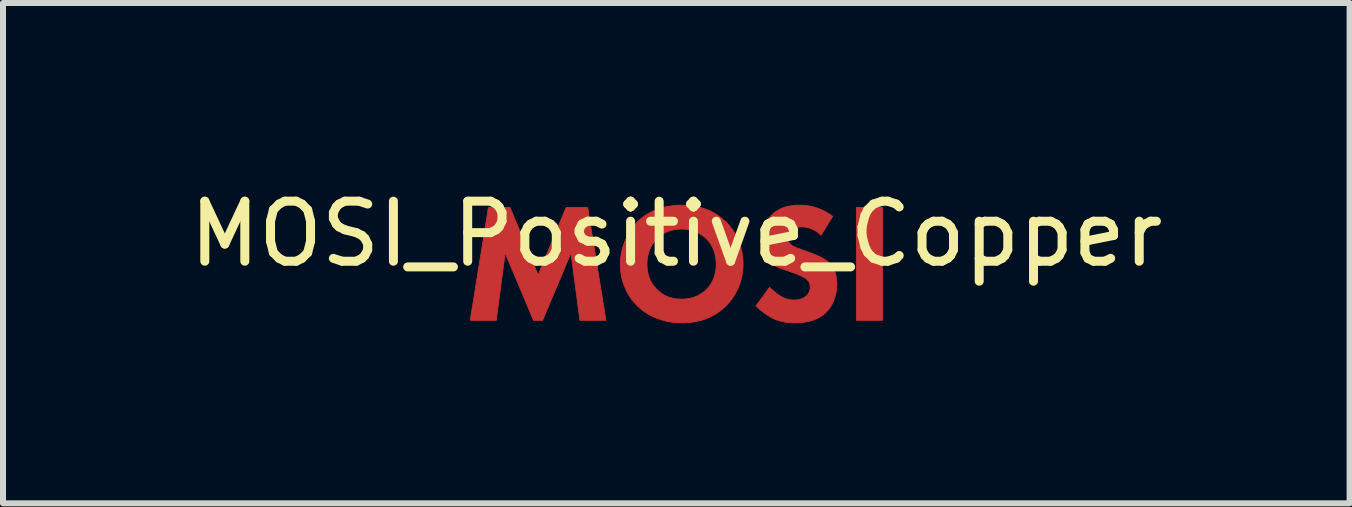
<source format=kicad_pcb>
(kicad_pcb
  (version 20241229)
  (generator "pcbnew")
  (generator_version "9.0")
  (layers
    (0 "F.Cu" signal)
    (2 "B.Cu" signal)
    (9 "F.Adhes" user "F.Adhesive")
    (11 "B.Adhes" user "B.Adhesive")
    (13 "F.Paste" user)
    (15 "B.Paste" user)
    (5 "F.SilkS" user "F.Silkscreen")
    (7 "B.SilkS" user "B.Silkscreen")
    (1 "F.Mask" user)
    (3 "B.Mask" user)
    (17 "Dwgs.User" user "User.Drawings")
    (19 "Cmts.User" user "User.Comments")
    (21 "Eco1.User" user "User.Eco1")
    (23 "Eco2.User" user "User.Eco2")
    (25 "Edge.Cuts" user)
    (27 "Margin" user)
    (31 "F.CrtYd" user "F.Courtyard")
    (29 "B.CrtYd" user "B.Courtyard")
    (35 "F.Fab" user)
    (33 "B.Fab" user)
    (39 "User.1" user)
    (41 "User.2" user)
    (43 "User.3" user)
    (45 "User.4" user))
  (footprint "MOSI_Positive_Copper"
    (layer "F.Cu")
    (at 8.22 1.348)
    (property "Reference" "MOSI_Positive_Copper" (at 0 -0.5 0) (unlocked yes) (layer "F.SilkS") (effects (font (size 1 1) (thickness 0.15))))
    (fp_poly (pts (xy 3.434 0.94) (xy 3 0.94) (xy 3 -0.941) (xy 3.434 -0.941)) (stroke (width 0.013) (type solid)) (fill yes) (layer "F.Cu"))
    (fp_poly (pts (xy -2.302 0.185) (xy -1.836 -0.941) (xy -1.477 -0.941) (xy -1.173 0.94) (xy -1.607 0.94) (xy -1.755 -0.182) (xy -2.228 0.94) (xy -2.38 0.94) (xy -2.852 -0.182) (xy -3.001 0.94) (xy -3.434 0.94) (xy -3.131 -0.941) (xy -2.771 -0.941)) (stroke (width 0.013) (type solid)) (fill yes) (layer "F.Cu"))
    (fp_poly (pts (xy 0.148 -0.978) (xy 0.201 -0.975) (xy 0.253 -0.97) (xy 0.304 -0.962) (xy 0.354 -0.953) (xy 0.403 -0.941) (xy 0.45 -0.927) (xy 0.496 -0.911) (xy 0.541 -0.892) (xy 0.585 -0.872) (xy 0.628 -0.849) (xy 0.669 -0.825) (xy 0.709 -0.798) (xy 0.747 -0.769) (xy 0.784 -0.738) (xy 0.82 -0.704) (xy 0.82 -0.708) (xy 0.852 -0.675) (xy 0.883 -0.64) (xy 0.913 -0.603) (xy 0.94 -0.565) (xy 0.966 -0.525) (xy 0.99 -0.484) (xy 1.012 -0.441) (xy 1.033 -0.397) (xy 1.051 -0.351) (xy 1.067 -0.305) (xy 1.08 -0.257) (xy 1.092 -0.207) (xy 1.101 -0.157) (xy 1.107 -0.105) (xy 1.111 -0.052) (xy 1.113 0.001) (xy 1.112 0.048) (xy 1.108 0.095) (xy 1.103 0.142) (xy 1.095 0.189) (xy 1.085 0.236) (xy 1.073 0.282) (xy 1.059 0.328) (xy 1.042 0.374) (xy 1.023 0.419) (xy 1.001 0.463) (xy 0.977 0.506) (xy 0.951 0.548) (xy 0.922 0.59) (xy 0.89 0.63) (xy 0.856 0.669) (xy 0.82 0.707) (xy 0.786 0.738) (xy 0.751 0.767) (xy 0.714 0.795) (xy 0.676 0.821) (xy 0.637 0.846) (xy 0.595 0.868) (xy 0.553 0.889) (xy 0.508 0.908) (xy 0.462 0.925) (xy 0.415 0.94) (xy 0.365 0.952) (xy 0.314 0.963) (xy 0.262 0.971) (xy 0.207 0.977) (xy 0.151 0.981) (xy 0.093 0.982) (xy 0.028 0.98) (xy -0.034 0.976) (xy -0.093 0.968) (xy -0.15 0.958) (xy -0.205 0.945) (xy -0.257 0.93) (xy -0.306 0.913) (xy -0.353 0.895) (xy -0.397 0.874) (xy -0.439 0.853) (xy -0.479 0.83) (xy -0.516 0.806) (xy -0.551 0.782) (xy -0.583 0.757) (xy -0.613 0.732) (xy -0.641 0.707) (xy -0.673 0.674) (xy -0.705 0.639) (xy -0.734 0.603) (xy -0.762 0.565) (xy -0.788 0.525) (xy -0.812 0.484) (xy -0.834 0.441) (xy -0.854 0.397) (xy -0.872 0.352) (xy -0.888 0.306) (xy -0.902 0.258) (xy -0.913 0.21) (xy -0.922 0.16) (xy -0.928 0.11) (xy -0.932 0.06) (xy -0.933 0.008) (xy -0.489 0.008) (xy -0.488 0.04) (xy -0.486 0.071) (xy -0.483 0.102) (xy -0.478 0.132) (xy -0.472 0.16) (xy -0.465 0.188) (xy -0.456 0.216) (xy -0.446 0.242) (xy -0.435 0.268) (xy -0.422 0.294) (xy -0.408 0.318) (xy -0.392 0.342) (xy -0.375 0.365) (xy -0.357 0.388) (xy -0.337 0.41) (xy -0.316 0.432) (xy -0.293 0.453) (xy -0.27 0.472) (xy -0.247 0.489) (xy -0.223 0.505) (xy -0.199 0.519) (xy -0.174 0.532) (xy -0.149 0.543) (xy -0.124 0.553) (xy -0.099 0.561) (xy -0.073 0.568) (xy -0.047 0.574) (xy -0.021 0.579) (xy 0.006 0.583) (xy 0.032 0.585) (xy 0.059 0.586) (xy 0.086 0.587) (xy 0.121 0.586) (xy 0.155 0.584) (xy 0.188 0.58) (xy 0.219 0.574) (xy 0.249 0.568) (xy 0.278 0.56) (xy 0.306 0.55) (xy 0.333 0.54) (xy 0.358 0.529) (xy 0.382 0.516) (xy 0.405 0.503) (xy 0.427 0.489) (xy 0.448 0.474) (xy 0.467 0.458) (xy 0.485 0.442) (xy 0.502 0.425) (xy 0.517 0.411) (xy 0.531 0.395) (xy 0.545 0.378) (xy 0.559 0.359) (xy 0.573 0.339) (xy 0.586 0.317) (xy 0.599 0.294) (xy 0.611 0.269) (xy 0.623 0.242) (xy 0.633 0.214) (xy 0.638 0.199) (xy 0.642 0.183) (xy 0.646 0.167) (xy 0.65 0.151) (xy 0.653 0.135) (xy 0.656 0.117) (xy 0.659 0.1) (xy 0.661 0.082) (xy 0.663 0.063) (xy 0.664 0.044) (xy 0.665 0.025) (xy 0.665 0.005) (xy 0.664 -0.031) (xy 0.661 -0.066) (xy 0.657 -0.099) (xy 0.651 -0.131) (xy 0.644 -0.162) (xy 0.636 -0.192) (xy 0.626 -0.221) (xy 0.615 -0.248) (xy 0.604 -0.274) (xy 0.591 -0.299) (xy 0.578 -0.322) (xy 0.564 -0.344) (xy 0.549 -0.365) (xy 0.534 -0.384) (xy 0.518 -0.402) (xy 0.502 -0.419) (xy 0.485 -0.435) (xy 0.465 -0.452) (xy 0.445 -0.468) (xy 0.423 -0.483) (xy 0.4 -0.497) (xy 0.376 -0.51) (xy 0.351 -0.523) (xy 0.325 -0.534) (xy 0.298 -0.544) (xy 0.27 -0.554) (xy 0.241 -0.562) (xy 0.211 -0.568) (xy 0.181 -0.574) (xy 0.15 -0.578) (xy 0.118 -0.58) (xy 0.086 -0.581) (xy 0.054 -0.58) (xy 0.023 -0.578) (xy -0.007 -0.575) (xy -0.037 -0.57) (xy -0.066 -0.564) (xy -0.093 -0.556) (xy -0.12 -0.548) (xy -0.147 -0.538) (xy -0.172 -0.527) (xy -0.197 -0.515) (xy -0.22 -0.502) (xy -0.243 -0.487) (xy -0.265 -0.472) (xy -0.287 -0.455) (xy -0.307 -0.437) (xy -0.327 -0.419) (xy -0.323 -0.419) (xy -0.338 -0.403) (xy -0.353 -0.386) (xy -0.368 -0.368) (xy -0.383 -0.348) (xy -0.397 -0.327) (xy -0.411 -0.304) (xy -0.424 -0.28) (xy -0.436 -0.254) (xy -0.448 -0.227) (xy -0.458 -0.198) (xy -0.467 -0.167) (xy -0.474 -0.135) (xy -0.478 -0.119) (xy -0.48 -0.102) (xy -0.483 -0.084) (xy -0.485 -0.067) (xy -0.487 -0.048) (xy -0.488 -0.03) (xy -0.489 -0.011) (xy -0.489 0.008) (xy -0.933 0.008) (xy -0.932 -0.043) (xy -0.928 -0.094) (xy -0.921 -0.145) (xy -0.912 -0.195) (xy -0.9 -0.245) (xy -0.886 -0.293) (xy -0.87 -0.341) (xy -0.852 -0.388) (xy -0.832 -0.433) (xy -0.81 -0.477) (xy -0.786 -0.519) (xy -0.761 -0.56) (xy -0.734 -0.599) (xy -0.705 -0.636) (xy -0.675 -0.671) (xy -0.644 -0.704) (xy -0.619 -0.728) (xy -0.591 -0.753) (xy -0.561 -0.777) (xy -0.528 -0.801) (xy -0.493 -0.824) (xy -0.454 -0.847) (xy -0.413 -0.869) (xy -0.369 -0.89) (xy -0.322 -0.909) (xy -0.272 -0.926) (xy -0.246 -0.934) (xy -0.219 -0.941) (xy -0.192 -0.948) (xy -0.163 -0.954) (xy -0.134 -0.96) (xy -0.104 -0.965) (xy -0.073 -0.969) (xy -0.042 -0.973) (xy -0.009 -0.976) (xy 0.024 -0.978) (xy 0.058 -0.979) (xy 0.093 -0.979)) (stroke (width 0.013) (type solid)) (fill yes) (layer "F.Cu"))
    (fp_poly (pts (xy 2.1 -0.978) (xy 2.129 -0.976) (xy 2.159 -0.974) (xy 2.191 -0.97) (xy 2.224 -0.964) (xy 2.258 -0.957) (xy 2.293 -0.948) (xy 2.33 -0.937) (xy 2.367 -0.925) (xy 2.405 -0.909) (xy 2.444 -0.892) (xy 2.484 -0.871) (xy 2.524 -0.848) (xy 2.564 -0.822) (xy 2.605 -0.792) (xy 2.411 -0.475) (xy 2.411 -0.482) (xy 2.385 -0.504) (xy 2.359 -0.524) (xy 2.334 -0.542) (xy 2.31 -0.557) (xy 2.286 -0.569) (xy 2.263 -0.58) (xy 2.242 -0.589) (xy 2.221 -0.597) (xy 2.201 -0.603) (xy 2.182 -0.607) (xy 2.164 -0.611) (xy 2.147 -0.613) (xy 2.132 -0.615) (xy 2.118 -0.616) (xy 2.094 -0.616) (xy 2.07 -0.616) (xy 2.059 -0.615) (xy 2.047 -0.614) (xy 2.034 -0.613) (xy 2.022 -0.611) (xy 2.01 -0.609) (xy 1.998 -0.606) (xy 1.986 -0.602) (xy 1.974 -0.598) (xy 1.962 -0.592) (xy 1.951 -0.586) (xy 1.94 -0.579) (xy 1.93 -0.572) (xy 1.925 -0.567) (xy 1.92 -0.563) (xy 1.915 -0.558) (xy 1.91 -0.553) (xy 1.905 -0.547) (xy 1.9 -0.541) (xy 1.895 -0.535) (xy 1.89 -0.529) (xy 1.886 -0.522) (xy 1.882 -0.515) (xy 1.878 -0.508) (xy 1.875 -0.501) (xy 1.872 -0.493) (xy 1.869 -0.485) (xy 1.866 -0.477) (xy 1.864 -0.468) (xy 1.863 -0.46) (xy 1.862 -0.451) (xy 1.861 -0.442) (xy 1.861 -0.433) (xy 1.861 -0.424) (xy 1.861 -0.416) (xy 1.862 -0.408) (xy 1.863 -0.401) (xy 1.865 -0.393) (xy 1.867 -0.386) (xy 1.869 -0.38) (xy 1.871 -0.373) (xy 1.874 -0.367) (xy 1.877 -0.361) (xy 1.881 -0.355) (xy 1.885 -0.349) (xy 1.889 -0.343) (xy 1.893 -0.338) (xy 1.898 -0.332) (xy 1.903 -0.327) (xy 1.912 -0.319) (xy 1.921 -0.312) (xy 1.931 -0.305) (xy 1.941 -0.299) (xy 1.953 -0.293) (xy 1.964 -0.287) (xy 1.977 -0.281) (xy 1.991 -0.275) (xy 2.005 -0.269) (xy 2.021 -0.263) (xy 2.055 -0.251) (xy 2.139 -0.221) (xy 2.28 -0.168) (xy 2.312 -0.156) (xy 2.345 -0.142) (xy 2.378 -0.127) (xy 2.395 -0.119) (xy 2.412 -0.11) (xy 2.429 -0.101) (xy 2.445 -0.092) (xy 2.462 -0.082) (xy 2.478 -0.071) (xy 2.494 -0.06) (xy 2.509 -0.049) (xy 2.524 -0.036) (xy 2.538 -0.023) (xy 2.558 -0.003) (xy 2.575 0.017) (xy 2.591 0.039) (xy 2.606 0.06) (xy 2.618 0.082) (xy 2.63 0.105) (xy 2.639 0.127) (xy 2.648 0.15) (xy 2.655 0.173) (xy 2.661 0.195) (xy 2.666 0.218) (xy 2.669 0.24) (xy 2.672 0.262) (xy 2.674 0.284) (xy 2.675 0.305) (xy 2.676 0.326) (xy 2.675 0.362) (xy 2.673 0.397) (xy 2.669 0.432) (xy 2.664 0.466) (xy 2.657 0.499) (xy 2.649 0.531) (xy 2.64 0.563) (xy 2.63 0.593) (xy 2.618 0.622) (xy 2.606 0.65) (xy 2.592 0.677) (xy 2.577 0.703) (xy 2.562 0.727) (xy 2.545 0.75) (xy 2.528 0.772) (xy 2.51 0.791) (xy 2.494 0.808) (xy 2.478 0.823) (xy 2.461 0.837) (xy 2.444 0.85) (xy 2.427 0.863) (xy 2.41 0.875) (xy 2.374 0.896) (xy 2.338 0.914) (xy 2.301 0.929) (xy 2.264 0.942) (xy 2.228 0.953) (xy 2.191 0.961) (xy 2.156 0.968) (xy 2.122 0.973) (xy 2.089 0.977) (xy 2.058 0.98) (xy 2.029 0.981) (xy 1.977 0.982) (xy 1.952 0.982) (xy 1.927 0.981) (xy 1.903 0.98) (xy 1.879 0.978) (xy 1.855 0.975) (xy 1.832 0.972) (xy 1.808 0.969) (xy 1.785 0.964) (xy 1.762 0.959) (xy 1.739 0.954) (xy 1.716 0.947) (xy 1.693 0.94) (xy 1.671 0.932) (xy 1.648 0.924) (xy 1.626 0.915) (xy 1.603 0.904) (xy 1.585 0.895) (xy 1.567 0.884) (xy 1.548 0.873) (xy 1.53 0.861) (xy 1.511 0.849) (xy 1.493 0.837) (xy 1.456 0.81) (xy 1.421 0.782) (xy 1.387 0.755) (xy 1.356 0.727) (xy 1.328 0.7) (xy 1.554 0.389) (xy 1.573 0.408) (xy 1.595 0.428) (xy 1.617 0.448) (xy 1.641 0.468) (xy 1.664 0.487) (xy 1.687 0.505) (xy 1.698 0.513) (xy 1.709 0.521) (xy 1.72 0.528) (xy 1.73 0.534) (xy 1.744 0.542) (xy 1.758 0.55) (xy 1.772 0.557) (xy 1.786 0.564) (xy 1.8 0.57) (xy 1.814 0.575) (xy 1.829 0.58) (xy 1.843 0.585) (xy 1.858 0.589) (xy 1.873 0.592) (xy 1.888 0.595) (xy 1.903 0.597) (xy 1.918 0.599) (xy 1.934 0.6) (xy 1.95 0.601) (xy 1.967 0.601) (xy 1.977 0.601) (xy 1.989 0.6) (xy 2 0.6) (xy 2.012 0.598) (xy 2.025 0.597) (xy 2.037 0.595) (xy 2.05 0.592) (xy 2.063 0.589) (xy 2.076 0.585) (xy 2.089 0.581) (xy 2.101 0.576) (xy 2.114 0.57) (xy 2.127 0.563) (xy 2.14 0.555) (xy 2.152 0.547) (xy 2.164 0.537) (xy 2.171 0.531) (xy 2.177 0.525) (xy 2.183 0.518) (xy 2.189 0.51) (xy 2.195 0.502) (xy 2.201 0.494) (xy 2.206 0.485) (xy 2.211 0.476) (xy 2.215 0.467) (xy 2.219 0.456) (xy 2.223 0.446) (xy 2.224 0.44) (xy 2.226 0.435) (xy 2.227 0.429) (xy 2.228 0.423) (xy 2.229 0.417) (xy 2.23 0.411) (xy 2.23 0.405) (xy 2.231 0.399) (xy 2.231 0.392) (xy 2.231 0.386) (xy 2.231 0.374) (xy 2.23 0.363) (xy 2.229 0.353) (xy 2.227 0.343) (xy 2.224 0.333) (xy 2.221 0.324) (xy 2.218 0.315) (xy 2.214 0.307) (xy 2.21 0.299) (xy 2.205 0.291) (xy 2.2 0.284) (xy 2.194 0.277) (xy 2.188 0.27) (xy 2.181 0.264) (xy 2.175 0.258) (xy 2.168 0.252) (xy 2.158 0.244) (xy 2.146 0.236) (xy 2.134 0.228) (xy 2.12 0.22) (xy 2.106 0.213) (xy 2.091 0.205) (xy 2.06 0.191) (xy 2.028 0.178) (xy 1.998 0.165) (xy 1.949 0.146) (xy 1.794 0.093) (xy 1.76 0.081) (xy 1.726 0.067) (xy 1.691 0.053) (xy 1.674 0.045) (xy 1.657 0.036) (xy 1.64 0.027) (xy 1.623 0.017) (xy 1.607 0.007) (xy 1.591 -0.004) (xy 1.575 -0.015) (xy 1.56 -0.028) (xy 1.546 -0.041) (xy 1.533 -0.055) (xy 1.515 -0.075) (xy 1.499 -0.096) (xy 1.486 -0.117) (xy 1.473 -0.138) (xy 1.463 -0.16) (xy 1.453 -0.181) (xy 1.446 -0.203) (xy 1.439 -0.225) (xy 1.434 -0.246) (xy 1.429 -0.267) (xy 1.426 -0.288) (xy 1.423 -0.308) (xy 1.422 -0.328) (xy 1.421 -0.347) (xy 1.42 -0.383) (xy 1.42 -0.414) (xy 1.422 -0.444) (xy 1.425 -0.474) (xy 1.429 -0.503) (xy 1.435 -0.531) (xy 1.441 -0.559) (xy 1.449 -0.587) (xy 1.459 -0.613) (xy 1.469 -0.64) (xy 1.481 -0.665) (xy 1.494 -0.69) (xy 1.509 -0.715) (xy 1.525 -0.739) (xy 1.543 -0.762) (xy 1.562 -0.784) (xy 1.582 -0.807) (xy 1.607 -0.831) (xy 1.633 -0.853) (xy 1.66 -0.872) (xy 1.687 -0.89) (xy 1.714 -0.906) (xy 1.742 -0.92) (xy 1.77 -0.933) (xy 1.799 -0.943) (xy 1.828 -0.952) (xy 1.858 -0.96) (xy 1.889 -0.966) (xy 1.919 -0.971) (xy 1.951 -0.975) (xy 1.983 -0.978) (xy 2.015 -0.979) (xy 2.048 -0.979)) (stroke (width 0.013) (type solid)) (fill yes) (layer "F.Cu")))
  (gr_rect
    (start -3 -3)
    (end 19.44 5.337)
    (stroke (width 0.1) (type default))
    (fill no)
    (layer "Edge.Cuts")))
</source>
